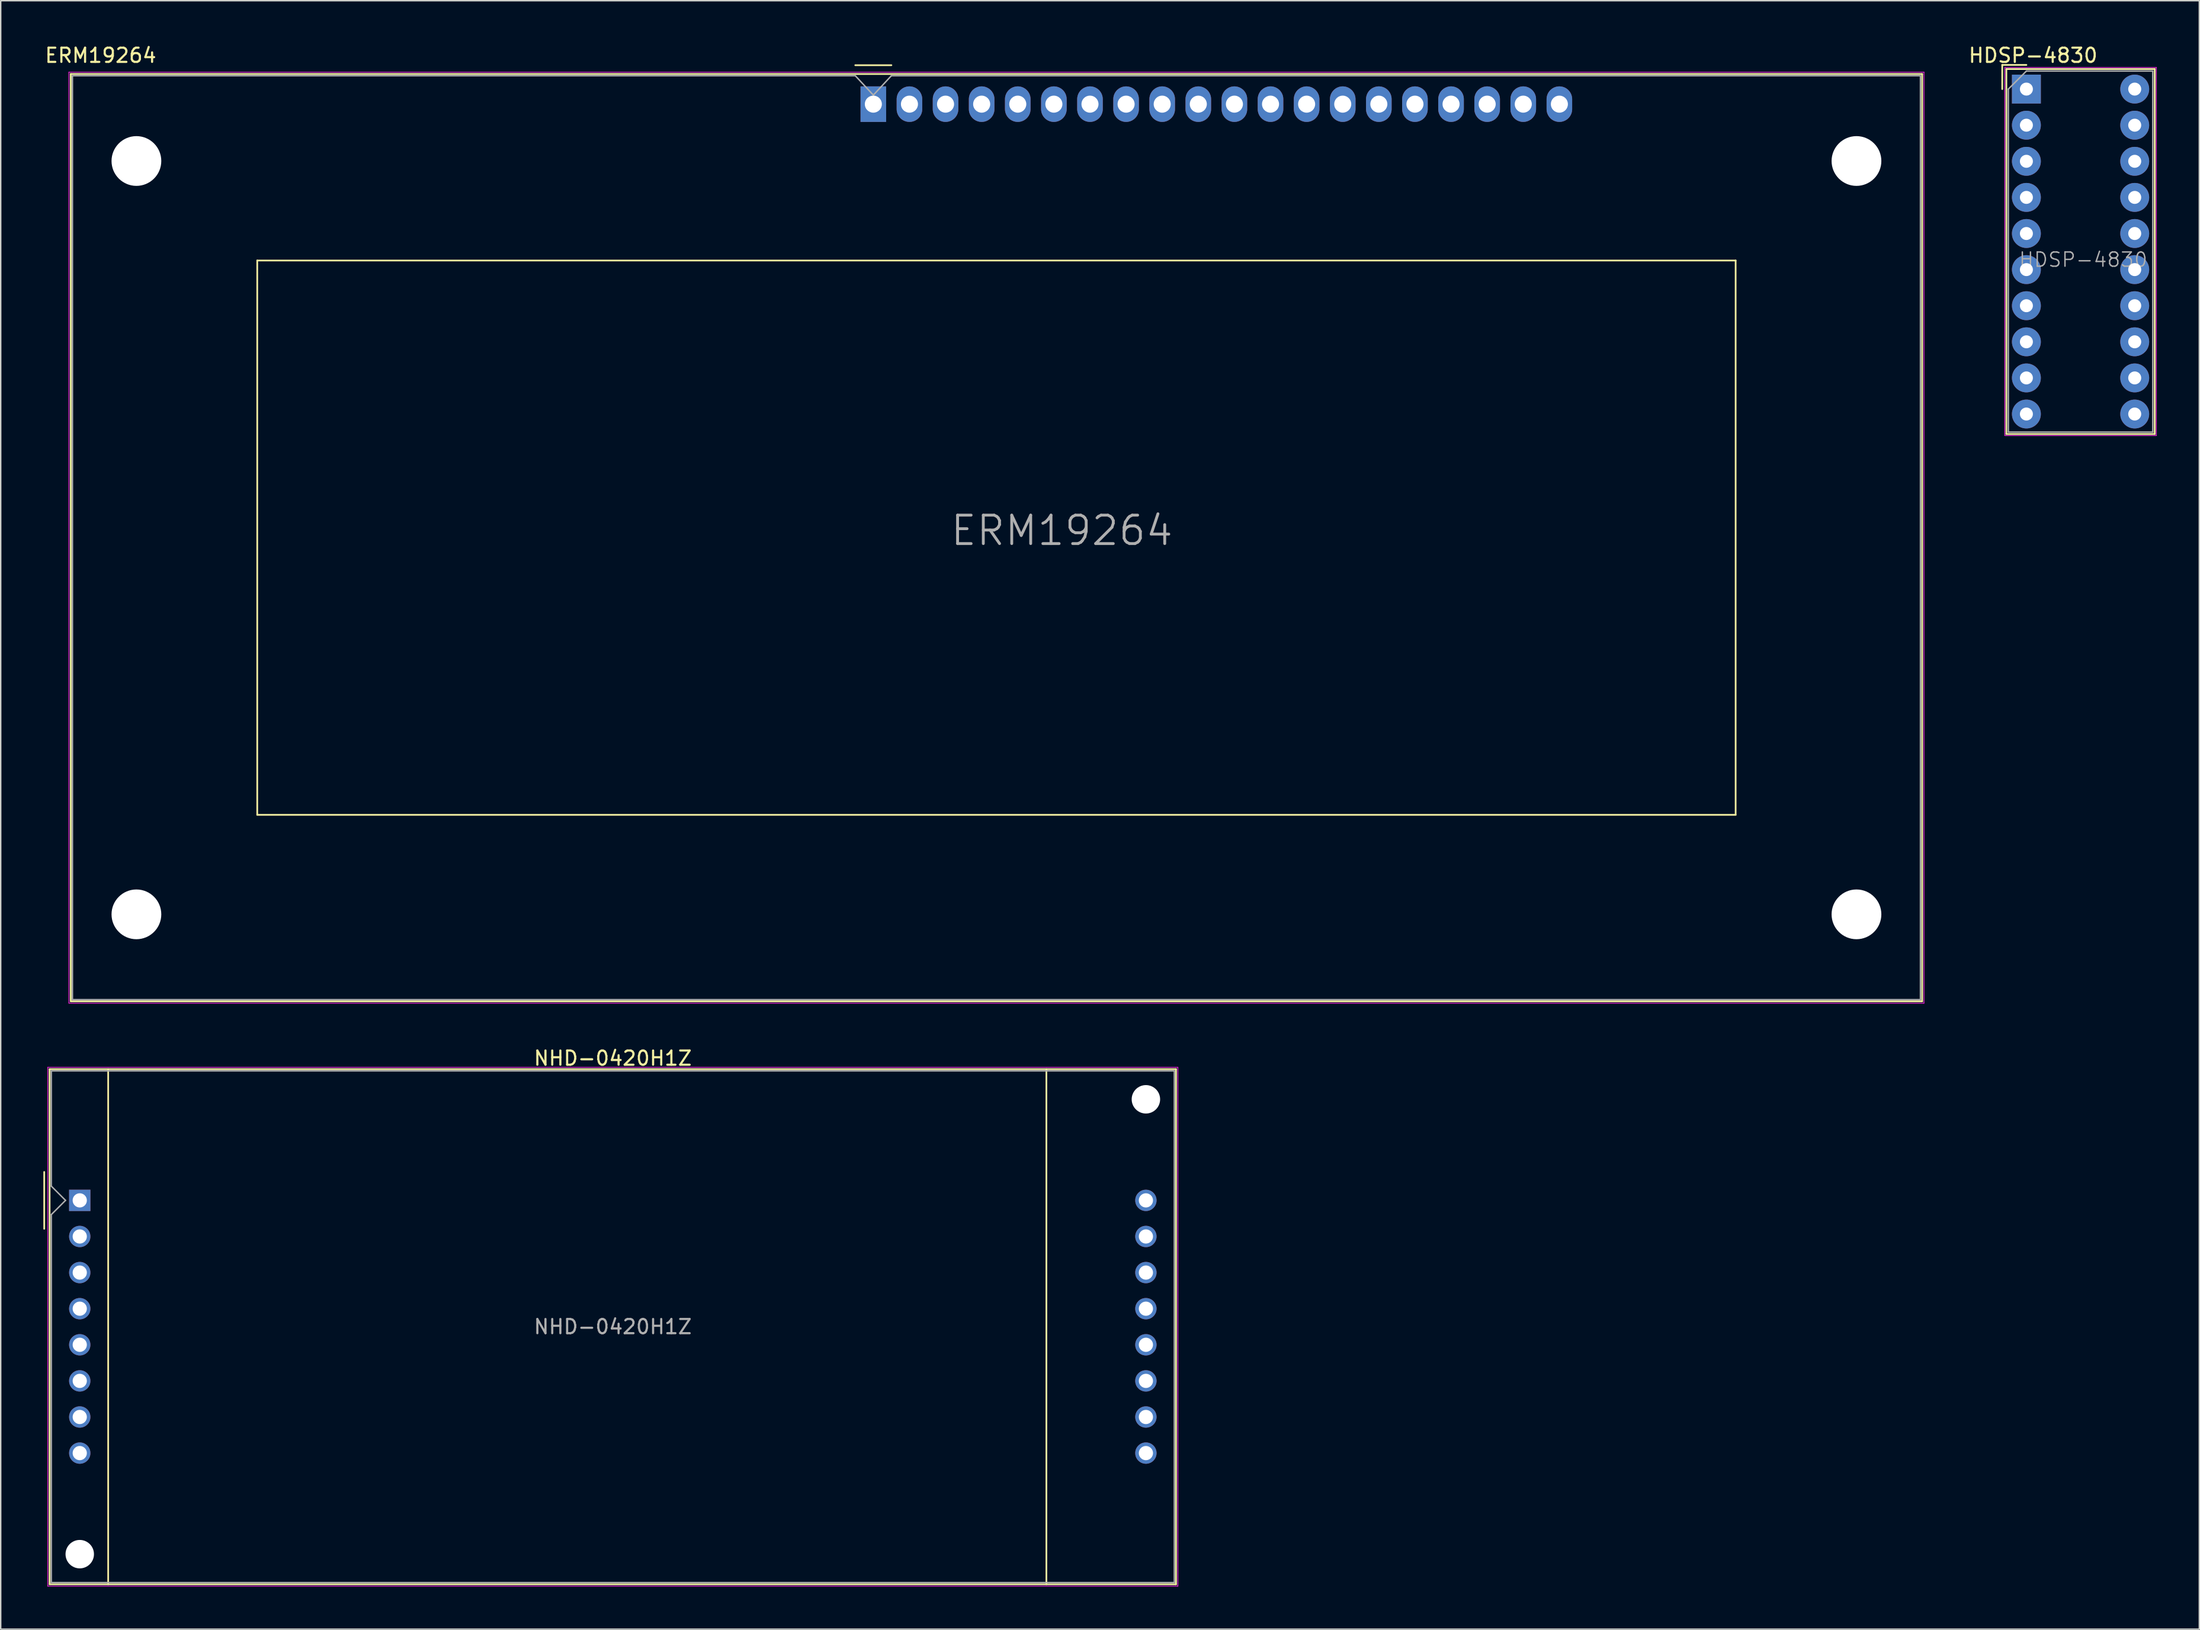
<source format=kicad_pcb>
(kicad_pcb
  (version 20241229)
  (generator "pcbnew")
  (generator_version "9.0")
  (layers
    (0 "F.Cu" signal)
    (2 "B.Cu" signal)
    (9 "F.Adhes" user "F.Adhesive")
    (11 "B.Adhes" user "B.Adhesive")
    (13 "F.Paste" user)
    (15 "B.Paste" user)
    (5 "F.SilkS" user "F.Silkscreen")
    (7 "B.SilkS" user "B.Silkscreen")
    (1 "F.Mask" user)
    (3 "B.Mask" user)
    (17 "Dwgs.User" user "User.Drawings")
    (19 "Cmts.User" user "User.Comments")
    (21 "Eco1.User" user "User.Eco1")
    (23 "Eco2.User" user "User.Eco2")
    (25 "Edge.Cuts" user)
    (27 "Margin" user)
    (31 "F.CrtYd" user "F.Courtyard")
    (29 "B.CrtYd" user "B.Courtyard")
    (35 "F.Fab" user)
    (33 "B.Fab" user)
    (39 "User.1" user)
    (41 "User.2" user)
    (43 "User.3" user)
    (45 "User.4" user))
  (footprint "NHD-0420H1Z"
    (layer "F.Cu")
    (at 2.56 81.4)
    (property "Reference" "NHD-0420H1Z" (at 37.5 -10 0) (layer "F.SilkS") (effects (font (size 1 1) (thickness 0.15))))
    (attr through_hole)
    (fp_line (start -2.5 -2) (end -2.5 2) (stroke (width 0.12) (type solid)) (layer "F.SilkS"))
    (fp_line (start -2.12 -9.23) (end 77.12 -9.23) (stroke (width 0.12) (type solid)) (layer "F.SilkS"))
    (fp_line (start -2.12 27.01) (end -2.12 -9.23) (stroke (width 0.12) (type solid)) (layer "F.SilkS"))
    (fp_line (start 2 27.01) (end 2 -9.23) (stroke (width 0.12) (type solid)) (layer "F.SilkS"))
    (fp_line (start 68 -9.23) (end 68 27.01) (stroke (width 0.12) (type solid)) (layer "F.SilkS"))
    (fp_line (start 77.12 -9.23) (end 77.12 27.01) (stroke (width 0.12) (type solid)) (layer "F.SilkS"))
    (fp_line (start 77.12 27.01) (end -2.12 27.01) (stroke (width 0.12) (type solid)) (layer "F.SilkS"))
    (fp_line (start -2.25 -9.36) (end 77.25 -9.36) (stroke (width 0.05) (type solid)) (layer "F.CrtYd"))
    (fp_line (start -2.25 27.14) (end -2.25 -9.36) (stroke (width 0.05) (type solid)) (layer "F.CrtYd"))
    (fp_line (start 77.25 -9.36) (end 77.25 27.14) (stroke (width 0.05) (type solid)) (layer "F.CrtYd"))
    (fp_line (start 77.25 27.14) (end -2.25 27.14) (stroke (width 0.05) (type solid)) (layer "F.CrtYd"))
    (fp_line (start -2 -9.11) (end 77 -9.11) (stroke (width 0.1) (type solid)) (layer "F.Fab"))
    (fp_line (start -2 -1) (end -2 -9.11) (stroke (width 0.1) (type solid)) (layer "F.Fab"))
    (fp_line (start -2 1) (end -1 0) (stroke (width 0.1) (type solid)) (layer "F.Fab"))
    (fp_line (start -2 26.89) (end -2 1) (stroke (width 0.1) (type solid)) (layer "F.Fab"))
    (fp_line (start -1 0) (end -2 -1) (stroke (width 0.1) (type solid)) (layer "F.Fab"))
    (fp_line (start 77 -9.11) (end 77 26.89) (stroke (width 0.1) (type solid)) (layer "F.Fab"))
    (fp_line (start 77 26.89) (end -2 26.89) (stroke (width 0.1) (type solid)) (layer "F.Fab"))
    (fp_text user "${REFERENCE}" (at 37.5 8.89 0) (layer "F.Fab") (effects (font (size 1 1) (thickness 0.15))))
    (pad "" np_thru_hole circle (at 0 24.89) (size 2 2) (drill 2) (layers "*.Cu" "*.Mask"))
    (pad "" np_thru_hole circle (at 75 -7.11) (size 2 2) (drill 2) (layers "*.Cu" "*.Mask"))
    (pad "1" thru_hole rect (at 0 0) (size 1.5 1.5) (drill 1) (layers "*.Cu" "*.Mask"))
    (pad "2" thru_hole circle (at 0 2.54) (size 1.5 1.5) (drill 1) (layers "*.Cu" "*.Mask"))
    (pad "3" thru_hole circle (at 0 5.08) (size 1.5 1.5) (drill 1) (layers "*.Cu" "*.Mask"))
    (pad "4" thru_hole circle (at 0 7.62) (size 1.5 1.5) (drill 1) (layers "*.Cu" "*.Mask"))
    (pad "5" thru_hole circle (at 0 10.16) (size 1.5 1.5) (drill 1) (layers "*.Cu" "*.Mask"))
    (pad "6" thru_hole circle (at 0 12.7) (size 1.5 1.5) (drill 1) (layers "*.Cu" "*.Mask"))
    (pad "7" thru_hole circle (at 0 15.24) (size 1.5 1.5) (drill 1) (layers "*.Cu" "*.Mask"))
    (pad "8" thru_hole circle (at 0 17.78) (size 1.5 1.5) (drill 1) (layers "*.Cu" "*.Mask"))
    (pad "9" thru_hole circle (at 75 0) (size 1.5 1.5) (drill 1) (layers "*.Cu" "*.Mask"))
    (pad "10" thru_hole circle (at 75 2.54) (size 1.5 1.5) (drill 1) (layers "*.Cu" "*.Mask"))
    (pad "11" thru_hole circle (at 75 5.08) (size 1.5 1.5) (drill 1) (layers "*.Cu" "*.Mask"))
    (pad "12" thru_hole circle (at 75 7.62) (size 1.5 1.5) (drill 1) (layers "*.Cu" "*.Mask"))
    (pad "13" thru_hole circle (at 75 10.16) (size 1.5 1.5) (drill 1) (layers "*.Cu" "*.Mask"))
    (pad "14" thru_hole circle (at 75 12.7) (size 1.5 1.5) (drill 1) (layers "*.Cu" "*.Mask"))
    (pad "15" thru_hole circle (at 75 15.24) (size 1.5 1.5) (drill 1) (layers "*.Cu" "*.Mask"))
    (pad "16" thru_hole circle (at 75 17.78) (size 1.5 1.5) (drill 1) (layers "*.Cu" "*.Mask")))
  (footprint "HDSP-4830"
    (layer "F.Cu")
    (at 139.5 3.218)
    (property "Reference" "HDSP-4830" (at 0.47 -2.37 0) (layer "F.SilkS") (effects (font (size 1 1) (thickness 0.15))))
    (attr through_hole)
    (fp_line (start -1.7 -1.7) (end -1.7 0) (stroke (width 0.12) (type solid)) (layer "F.SilkS"))
    (fp_line (start -1.41 -1.41) (end 9.03 -1.41) (stroke (width 0.12) (type solid)) (layer "F.SilkS"))
    (fp_line (start -1.41 24.27) (end -1.41 -1.41) (stroke (width 0.12) (type solid)) (layer "F.SilkS"))
    (fp_line (start 0 -1.7) (end -1.7 -1.7) (stroke (width 0.12) (type solid)) (layer "F.SilkS"))
    (fp_line (start 9.03 -1.41) (end 9.03 24.27) (stroke (width 0.12) (type solid)) (layer "F.SilkS"))
    (fp_line (start 9.03 24.27) (end -1.41 24.27) (stroke (width 0.12) (type solid)) (layer "F.SilkS"))
    (fp_line (start -1.52 -1.52) (end -1.52 24.38) (stroke (width 0.05) (type solid)) (layer "F.CrtYd"))
    (fp_line (start -1.52 -1.52) (end 9.14 -1.52) (stroke (width 0.05) (type solid)) (layer "F.CrtYd"))
    (fp_line (start -1.52 24.38) (end 9.14 24.38) (stroke (width 0.05) (type solid)) (layer "F.CrtYd"))
    (fp_line (start 9.14 24.38) (end 9.14 -1.52) (stroke (width 0.05) (type solid)) (layer "F.CrtYd"))
    (fp_line (start -1.27 0) (end -1.27 24.13) (stroke (width 0.1) (type solid)) (layer "F.Fab"))
    (fp_line (start -1.27 24.13) (end 8.89 24.13) (stroke (width 0.1) (type solid)) (layer "F.Fab"))
    (fp_line (start 0 -1.27) (end -1.27 0) (stroke (width 0.1) (type solid)) (layer "F.Fab"))
    (fp_line (start 0 -1.27) (end 8.89 -1.27) (stroke (width 0.1) (type solid)) (layer "F.Fab"))
    (fp_line (start 8.89 -1.27) (end 8.89 24.13) (stroke (width 0.1) (type solid)) (layer "F.Fab"))
    (fp_text user "${REFERENCE}" (at 4 12 0) (layer "F.Fab") (effects (font (size 1 1) (thickness 0.1))))
    (pad "1" thru_hole rect (at 0 0 270) (size 2.032 2.032) (drill 0.914) (layers "*.Cu" "*.Mask"))
    (pad "2" thru_hole circle (at 0 2.54 270) (size 2.032 2.032) (drill 0.914) (layers "*.Cu" "*.Mask"))
    (pad "3" thru_hole circle (at 0 5.08 270) (size 2.032 2.032) (drill 0.914) (layers "*.Cu" "*.Mask"))
    (pad "4" thru_hole circle (at 0 7.62 270) (size 2.032 2.032) (drill 0.914) (layers "*.Cu" "*.Mask"))
    (pad "5" thru_hole circle (at 0 10.16 270) (size 2.032 2.032) (drill 0.914) (layers "*.Cu" "*.Mask"))
    (pad "6" thru_hole circle (at 0 12.7 270) (size 2.032 2.032) (drill 0.914) (layers "*.Cu" "*.Mask"))
    (pad "7" thru_hole circle (at 0 15.24 270) (size 2.032 2.032) (drill 0.914) (layers "*.Cu" "*.Mask"))
    (pad "8" thru_hole circle (at 0 17.78 270) (size 2.032 2.032) (drill 0.914) (layers "*.Cu" "*.Mask"))
    (pad "9" thru_hole circle (at 0 20.32 270) (size 2.032 2.032) (drill 0.914) (layers "*.Cu" "*.Mask"))
    (pad "10" thru_hole circle (at 0 22.86 270) (size 2.032 2.032) (drill 0.914) (layers "*.Cu" "*.Mask"))
    (pad "11" thru_hole circle (at 7.62 22.86 270) (size 2.032 2.032) (drill 0.914) (layers "*.Cu" "*.Mask"))
    (pad "12" thru_hole circle (at 7.62 20.32 270) (size 2.032 2.032) (drill 0.914) (layers "*.Cu" "*.Mask"))
    (pad "13" thru_hole circle (at 7.62 17.78 270) (size 2.032 2.032) (drill 0.914) (layers "*.Cu" "*.Mask"))
    (pad "14" thru_hole circle (at 7.62 15.24 270) (size 2.032 2.032) (drill 0.914) (layers "*.Cu" "*.Mask"))
    (pad "15" thru_hole circle (at 7.62 12.7 270) (size 2.032 2.032) (drill 0.914) (layers "*.Cu" "*.Mask"))
    (pad "16" thru_hole circle (at 7.62 10.16 270) (size 2.032 2.032) (drill 0.914) (layers "*.Cu" "*.Mask"))
    (pad "17" thru_hole circle (at 7.62 7.62 270) (size 2.032 2.032) (drill 0.914) (layers "*.Cu" "*.Mask"))
    (pad "18" thru_hole circle (at 7.62 5.08 270) (size 2.032 2.032) (drill 0.914) (layers "*.Cu" "*.Mask"))
    (pad "19" thru_hole circle (at 7.62 2.54 270) (size 2.032 2.032) (drill 0.914) (layers "*.Cu" "*.Mask"))
    (pad "20" thru_hole circle (at 7.62 0 270) (size 2.032 2.032) (drill 0.914) (layers "*.Cu" "*.Mask")))
  (footprint "ERM19264"
    (layer "F.Cu")
    (at 58.386 4.277)
    (property "Reference" "ERM19264" (at -54.356 -3.429 0) (layer "F.SilkS") (effects (font (size 1 1) (thickness 0.15))))
    (attr through_hole)
    (fp_line (start -56.46 -2.12) (end 73.78 -2.12) (stroke (width 0.12) (type solid)) (layer "F.SilkS"))
    (fp_line (start -56.46 63.12) (end -56.46 -2.12) (stroke (width 0.12) (type solid)) (layer "F.SilkS"))
    (fp_line (start -43.34 11) (end 60.66 11) (stroke (width 0.12) (type solid)) (layer "F.SilkS"))
    (fp_line (start -43.34 50) (end -43.34 11) (stroke (width 0.12) (type solid)) (layer "F.SilkS"))
    (fp_line (start 1.27 -2.74) (end -1.27 -2.74) (stroke (width 0.12) (type solid)) (layer "F.SilkS"))
    (fp_line (start 60.66 11) (end 60.66 50) (stroke (width 0.12) (type solid)) (layer "F.SilkS"))
    (fp_line (start 60.66 50) (end -43.34 50) (stroke (width 0.12) (type solid)) (layer "F.SilkS"))
    (fp_line (start 73.78 -2.12) (end 73.78 63.12) (stroke (width 0.12) (type solid)) (layer "F.SilkS"))
    (fp_line (start 73.78 63.12) (end -56.46 63.12) (stroke (width 0.12) (type solid)) (layer "F.SilkS"))
    (fp_line (start -56.59 -2.25) (end 73.91 -2.25) (stroke (width 0.05) (type solid)) (layer "F.CrtYd"))
    (fp_line (start -56.59 63.25) (end -56.59 -2.25) (stroke (width 0.05) (type solid)) (layer "F.CrtYd"))
    (fp_line (start 73.91 -2.25) (end 73.91 63.25) (stroke (width 0.05) (type solid)) (layer "F.CrtYd"))
    (fp_line (start 73.91 63.25) (end -56.59 63.25) (stroke (width 0.05) (type solid)) (layer "F.CrtYd"))
    (fp_line (start -56.34 -2) (end -1.27 -2) (stroke (width 0.1) (type solid)) (layer "F.Fab"))
    (fp_line (start -56.34 63) (end -56.34 -2) (stroke (width 0.1) (type solid)) (layer "F.Fab"))
    (fp_line (start 0 -0.635) (end -1.27 -2) (stroke (width 0.1) (type solid)) (layer "F.Fab"))
    (fp_line (start 1.27 -2) (end 0 -0.635) (stroke (width 0.1) (type solid)) (layer "F.Fab"))
    (fp_line (start 1.27 -2) (end 73.66 -2) (stroke (width 0.1) (type solid)) (layer "F.Fab"))
    (fp_line (start 73.66 -2) (end 73.66 63) (stroke (width 0.1) (type solid)) (layer "F.Fab"))
    (fp_line (start 73.66 63) (end -56.34 63) (stroke (width 0.1) (type solid)) (layer "F.Fab"))
    (fp_text user "${REFERENCE}" (at 13.26 30 0) (layer "F.Fab") (effects (font (size 2 2) (thickness 0.2))))
    (pad "" np_thru_hole circle (at -51.84 4 180) (size 3.5 3.5) (drill 3.5) (layers "*.Cu" "*.Mask"))
    (pad "" np_thru_hole circle (at -51.84 57 180) (size 3.5 3.5) (drill 3.5) (layers "*.Cu" "*.Mask"))
    (pad "" np_thru_hole circle (at 69.16 4 180) (size 3.5 3.5) (drill 3.5) (layers "*.Cu" "*.Mask"))
    (pad "" np_thru_hole circle (at 69.16 57 180) (size 3.5 3.5) (drill 3.5) (layers "*.Cu" "*.Mask"))
    (pad "1" thru_hole rect (at 0 0 180) (size 1.8 2.5) (drill 1.2) (layers "*.Cu" "*.Mask"))
    (pad "2" thru_hole oval (at 2.54 0 180) (size 1.8 2.5) (drill 1.2) (layers "*.Cu" "*.Mask"))
    (pad "3" thru_hole oval (at 5.08 0 180) (size 1.8 2.5) (drill 1.2) (layers "*.Cu" "*.Mask"))
    (pad "4" thru_hole oval (at 7.62 0 180) (size 1.8 2.5) (drill 1.2) (layers "*.Cu" "*.Mask"))
    (pad "5" thru_hole oval (at 10.16 0 180) (size 1.8 2.5) (drill 1.2) (layers "*.Cu" "*.Mask"))
    (pad "6" thru_hole oval (at 12.7 0 180) (size 1.8 2.5) (drill 1.2) (layers "*.Cu" "*.Mask"))
    (pad "7" thru_hole oval (at 15.24 0 180) (size 1.8 2.5) (drill 1.2) (layers "*.Cu" "*.Mask"))
    (pad "8" thru_hole oval (at 17.78 0 180) (size 1.8 2.5) (drill 1.2) (layers "*.Cu" "*.Mask"))
    (pad "9" thru_hole oval (at 20.32 0 180) (size 1.8 2.5) (drill 1.2) (layers "*.Cu" "*.Mask"))
    (pad "10" thru_hole oval (at 22.86 0 180) (size 1.8 2.5) (drill 1.2) (layers "*.Cu" "*.Mask"))
    (pad "11" thru_hole oval (at 25.4 0 180) (size 1.8 2.5) (drill 1.2) (layers "*.Cu" "*.Mask"))
    (pad "12" thru_hole oval (at 27.94 0 180) (size 1.8 2.5) (drill 1.2) (layers "*.Cu" "*.Mask"))
    (pad "13" thru_hole oval (at 30.48 0 180) (size 1.8 2.5) (drill 1.2) (layers "*.Cu" "*.Mask"))
    (pad "14" thru_hole oval (at 33.02 0 180) (size 1.8 2.5) (drill 1.2) (layers "*.Cu" "*.Mask"))
    (pad "15" thru_hole oval (at 35.56 0 180) (size 1.8 2.5) (drill 1.2) (layers "*.Cu" "*.Mask"))
    (pad "16" thru_hole oval (at 38.1 0 180) (size 1.8 2.5) (drill 1.2) (layers "*.Cu" "*.Mask"))
    (pad "17" thru_hole oval (at 40.64 0 180) (size 1.8 2.5) (drill 1.2) (layers "*.Cu" "*.Mask"))
    (pad "18" thru_hole oval (at 43.18 0 180) (size 1.8 2.5) (drill 1.2) (layers "*.Cu" "*.Mask"))
    (pad "19" thru_hole oval (at 45.72 0 180) (size 1.8 2.5) (drill 1.2) (layers "*.Cu" "*.Mask"))
    (pad "20" thru_hole oval (at 48.26 0 180) (size 1.8 2.5) (drill 1.2) (layers "*.Cu" "*.Mask")))
  (gr_rect
    (start -3 -3)
    (end 151.665 111.566)
    (stroke (width 0.1) (type default))
    (fill no)
    (layer "Edge.Cuts")))
</source>
